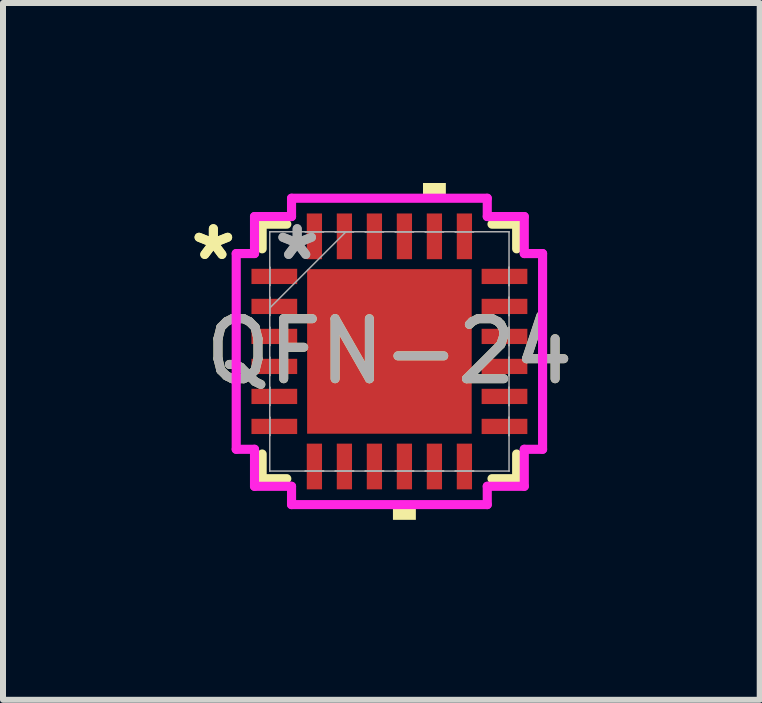
<source format=kicad_pcb>
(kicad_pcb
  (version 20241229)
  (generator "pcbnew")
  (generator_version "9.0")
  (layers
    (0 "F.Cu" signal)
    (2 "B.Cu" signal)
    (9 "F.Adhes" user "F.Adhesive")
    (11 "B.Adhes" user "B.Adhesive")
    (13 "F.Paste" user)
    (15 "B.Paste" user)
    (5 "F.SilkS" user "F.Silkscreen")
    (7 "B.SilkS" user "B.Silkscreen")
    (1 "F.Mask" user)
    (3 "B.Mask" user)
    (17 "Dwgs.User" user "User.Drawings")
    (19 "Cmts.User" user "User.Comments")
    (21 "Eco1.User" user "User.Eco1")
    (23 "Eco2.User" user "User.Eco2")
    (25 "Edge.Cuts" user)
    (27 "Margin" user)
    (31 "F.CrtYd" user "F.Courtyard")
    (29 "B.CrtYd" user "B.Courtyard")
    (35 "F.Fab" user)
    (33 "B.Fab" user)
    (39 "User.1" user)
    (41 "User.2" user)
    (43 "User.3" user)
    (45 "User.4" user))
  (footprint "QFN-24"
    (layer "F.Cu")
    (at 3.44 2.807)
    (property "Reference" "QFN-24" (at 0 0 0) (unlocked yes) (layer "F.SilkS") (effects (font (size 1 1) (thickness 0.15))))
    (attr smd)
    (fp_line (start -2.121 -2.121) (end -2.121 -1.71) (stroke (width 0.152) (type solid)) (layer "F.SilkS"))
    (fp_line (start -2.121 1.71) (end -2.121 2.121) (stroke (width 0.152) (type solid)) (layer "F.SilkS"))
    (fp_line (start -2.121 2.121) (end -1.71 2.121) (stroke (width 0.152) (type solid)) (layer "F.SilkS"))
    (fp_line (start -1.71 -2.121) (end -2.121 -2.121) (stroke (width 0.152) (type solid)) (layer "F.SilkS"))
    (fp_line (start 1.71 2.121) (end 2.121 2.121) (stroke (width 0.152) (type solid)) (layer "F.SilkS"))
    (fp_line (start 2.121 -2.121) (end 1.71 -2.121) (stroke (width 0.152) (type solid)) (layer "F.SilkS"))
    (fp_line (start 2.121 -1.71) (end 2.121 -2.121) (stroke (width 0.152) (type solid)) (layer "F.SilkS"))
    (fp_line (start 2.121 2.121) (end 2.121 1.71) (stroke (width 0.152) (type solid)) (layer "F.SilkS"))
    (fp_poly (pts (xy 0.059 2.553) (xy 0.059 2.807) (xy 0.441 2.807) (xy 0.441 2.553)) (stroke (width 0) (type solid)) (fill yes) (layer "F.SilkS"))
    (fp_poly (pts (xy 0.56 -2.553) (xy 0.56 -2.807) (xy 0.941 -2.807) (xy 0.941 -2.553)) (stroke (width 0) (type solid)) (fill yes) (layer "F.SilkS"))
    (fp_poly (pts (xy -1.272 -1.272) (xy -1.272 -0.1) (xy -0.1 -0.1) (xy -0.1 -1.272)) (stroke (width 0) (type solid)) (fill yes) (layer "F.Paste"))
    (fp_poly (pts (xy -1.272 0.1) (xy -1.272 1.272) (xy -0.1 1.272) (xy -0.1 0.1)) (stroke (width 0) (type solid)) (fill yes) (layer "F.Paste"))
    (fp_poly (pts (xy 0.1 -1.272) (xy 0.1 -0.1) (xy 1.272 -0.1) (xy 1.272 -1.272)) (stroke (width 0) (type solid)) (fill yes) (layer "F.Paste"))
    (fp_poly (pts (xy 0.1 0.1) (xy 0.1 1.272) (xy 1.272 1.272) (xy 1.272 0.1)) (stroke (width 0) (type solid)) (fill yes) (layer "F.Paste"))
    (fp_line (start -2.553 -1.631) (end -2.248 -1.631) (stroke (width 0.152) (type solid)) (layer "F.CrtYd"))
    (fp_line (start -2.553 1.631) (end -2.553 -1.631) (stroke (width 0.152) (type solid)) (layer "F.CrtYd"))
    (fp_line (start -2.248 -2.248) (end -1.631 -2.248) (stroke (width 0.152) (type solid)) (layer "F.CrtYd"))
    (fp_line (start -2.248 -1.631) (end -2.248 -2.248) (stroke (width 0.152) (type solid)) (layer "F.CrtYd"))
    (fp_line (start -2.248 1.631) (end -2.553 1.631) (stroke (width 0.152) (type solid)) (layer "F.CrtYd"))
    (fp_line (start -2.248 2.248) (end -2.248 1.631) (stroke (width 0.152) (type solid)) (layer "F.CrtYd"))
    (fp_line (start -1.631 -2.553) (end 1.631 -2.553) (stroke (width 0.152) (type solid)) (layer "F.CrtYd"))
    (fp_line (start -1.631 -2.248) (end -1.631 -2.553) (stroke (width 0.152) (type solid)) (layer "F.CrtYd"))
    (fp_line (start -1.631 2.248) (end -2.248 2.248) (stroke (width 0.152) (type solid)) (layer "F.CrtYd"))
    (fp_line (start -1.631 2.553) (end -1.631 2.248) (stroke (width 0.152) (type solid)) (layer "F.CrtYd"))
    (fp_line (start 1.631 -2.553) (end 1.631 -2.248) (stroke (width 0.152) (type solid)) (layer "F.CrtYd"))
    (fp_line (start 1.631 -2.248) (end 2.248 -2.248) (stroke (width 0.152) (type solid)) (layer "F.CrtYd"))
    (fp_line (start 1.631 2.248) (end 1.631 2.553) (stroke (width 0.152) (type solid)) (layer "F.CrtYd"))
    (fp_line (start 1.631 2.553) (end -1.631 2.553) (stroke (width 0.152) (type solid)) (layer "F.CrtYd"))
    (fp_line (start 2.248 -2.248) (end 2.248 -1.631) (stroke (width 0.152) (type solid)) (layer "F.CrtYd"))
    (fp_line (start 2.248 -1.631) (end 2.553 -1.631) (stroke (width 0.152) (type solid)) (layer "F.CrtYd"))
    (fp_line (start 2.248 1.631) (end 2.248 2.248) (stroke (width 0.152) (type solid)) (layer "F.CrtYd"))
    (fp_line (start 2.248 2.248) (end 1.631 2.248) (stroke (width 0.152) (type solid)) (layer "F.CrtYd"))
    (fp_line (start 2.553 -1.631) (end 2.553 1.631) (stroke (width 0.152) (type solid)) (layer "F.CrtYd"))
    (fp_line (start 2.553 1.631) (end 2.248 1.631) (stroke (width 0.152) (type solid)) (layer "F.CrtYd"))
    (fp_line (start -1.994 -1.994) (end -1.994 -1.994) (stroke (width 0.025) (type solid)) (layer "F.Fab"))
    (fp_line (start -1.994 -1.994) (end -1.994 1.994) (stroke (width 0.025) (type solid)) (layer "F.Fab"))
    (fp_line (start -1.994 -1.402) (end -1.994 -1.402) (stroke (width 0.025) (type solid)) (layer "F.Fab"))
    (fp_line (start -1.994 -1.402) (end -1.994 -1.098) (stroke (width 0.025) (type solid)) (layer "F.Fab"))
    (fp_line (start -1.994 -1.098) (end -1.994 -1.402) (stroke (width 0.025) (type solid)) (layer "F.Fab"))
    (fp_line (start -1.994 -1.098) (end -1.994 -1.098) (stroke (width 0.025) (type solid)) (layer "F.Fab"))
    (fp_line (start -1.994 -0.902) (end -1.994 -0.902) (stroke (width 0.025) (type solid)) (layer "F.Fab"))
    (fp_line (start -1.994 -0.902) (end -1.994 -0.598) (stroke (width 0.025) (type solid)) (layer "F.Fab"))
    (fp_line (start -1.994 -0.724) (end -0.724 -1.994) (stroke (width 0.025) (type solid)) (layer "F.Fab"))
    (fp_line (start -1.994 -0.598) (end -1.994 -0.902) (stroke (width 0.025) (type solid)) (layer "F.Fab"))
    (fp_line (start -1.994 -0.598) (end -1.994 -0.598) (stroke (width 0.025) (type solid)) (layer "F.Fab"))
    (fp_line (start -1.994 -0.402) (end -1.994 -0.402) (stroke (width 0.025) (type solid)) (layer "F.Fab"))
    (fp_line (start -1.994 -0.402) (end -1.994 -0.098) (stroke (width 0.025) (type solid)) (layer "F.Fab"))
    (fp_line (start -1.994 -0.098) (end -1.994 -0.402) (stroke (width 0.025) (type solid)) (layer "F.Fab"))
    (fp_line (start -1.994 -0.098) (end -1.994 -0.098) (stroke (width 0.025) (type solid)) (layer "F.Fab"))
    (fp_line (start -1.994 0.098) (end -1.994 0.098) (stroke (width 0.025) (type solid)) (layer "F.Fab"))
    (fp_line (start -1.994 0.098) (end -1.994 0.402) (stroke (width 0.025) (type solid)) (layer "F.Fab"))
    (fp_line (start -1.994 0.402) (end -1.994 0.098) (stroke (width 0.025) (type solid)) (layer "F.Fab"))
    (fp_line (start -1.994 0.402) (end -1.994 0.402) (stroke (width 0.025) (type solid)) (layer "F.Fab"))
    (fp_line (start -1.994 0.598) (end -1.994 0.598) (stroke (width 0.025) (type solid)) (layer "F.Fab"))
    (fp_line (start -1.994 0.598) (end -1.994 0.902) (stroke (width 0.025) (type solid)) (layer "F.Fab"))
    (fp_line (start -1.994 0.902) (end -1.994 0.598) (stroke (width 0.025) (type solid)) (layer "F.Fab"))
    (fp_line (start -1.994 0.902) (end -1.994 0.902) (stroke (width 0.025) (type solid)) (layer "F.Fab"))
    (fp_line (start -1.994 1.098) (end -1.994 1.098) (stroke (width 0.025) (type solid)) (layer "F.Fab"))
    (fp_line (start -1.994 1.098) (end -1.994 1.402) (stroke (width 0.025) (type solid)) (layer "F.Fab"))
    (fp_line (start -1.994 1.402) (end -1.994 1.098) (stroke (width 0.025) (type solid)) (layer "F.Fab"))
    (fp_line (start -1.994 1.402) (end -1.994 1.402) (stroke (width 0.025) (type solid)) (layer "F.Fab"))
    (fp_line (start -1.994 1.994) (end -1.994 1.994) (stroke (width 0.025) (type solid)) (layer "F.Fab"))
    (fp_line (start -1.994 1.994) (end 1.994 1.994) (stroke (width 0.025) (type solid)) (layer "F.Fab"))
    (fp_line (start -1.402 -1.994) (end -1.402 -1.994) (stroke (width 0.025) (type solid)) (layer "F.Fab"))
    (fp_line (start -1.402 -1.994) (end -1.098 -1.994) (stroke (width 0.025) (type solid)) (layer "F.Fab"))
    (fp_line (start -1.402 1.994) (end -1.402 1.994) (stroke (width 0.025) (type solid)) (layer "F.Fab"))
    (fp_line (start -1.402 1.994) (end -1.098 1.994) (stroke (width 0.025) (type solid)) (layer "F.Fab"))
    (fp_line (start -1.098 -1.994) (end -1.402 -1.994) (stroke (width 0.025) (type solid)) (layer "F.Fab"))
    (fp_line (start -1.098 -1.994) (end -1.098 -1.994) (stroke (width 0.025) (type solid)) (layer "F.Fab"))
    (fp_line (start -1.098 1.994) (end -1.402 1.994) (stroke (width 0.025) (type solid)) (layer "F.Fab"))
    (fp_line (start -1.098 1.994) (end -1.098 1.994) (stroke (width 0.025) (type solid)) (layer "F.Fab"))
    (fp_line (start -0.902 -1.994) (end -0.902 -1.994) (stroke (width 0.025) (type solid)) (layer "F.Fab"))
    (fp_line (start -0.902 -1.994) (end -0.598 -1.994) (stroke (width 0.025) (type solid)) (layer "F.Fab"))
    (fp_line (start -0.902 1.994) (end -0.902 1.994) (stroke (width 0.025) (type solid)) (layer "F.Fab"))
    (fp_line (start -0.902 1.994) (end -0.598 1.994) (stroke (width 0.025) (type solid)) (layer "F.Fab"))
    (fp_line (start -0.598 -1.994) (end -0.902 -1.994) (stroke (width 0.025) (type solid)) (layer "F.Fab"))
    (fp_line (start -0.598 -1.994) (end -0.598 -1.994) (stroke (width 0.025) (type solid)) (layer "F.Fab"))
    (fp_line (start -0.598 1.994) (end -0.902 1.994) (stroke (width 0.025) (type solid)) (layer "F.Fab"))
    (fp_line (start -0.598 1.994) (end -0.598 1.994) (stroke (width 0.025) (type solid)) (layer "F.Fab"))
    (fp_line (start -0.402 -1.994) (end -0.402 -1.994) (stroke (width 0.025) (type solid)) (layer "F.Fab"))
    (fp_line (start -0.402 -1.994) (end -0.098 -1.994) (stroke (width 0.025) (type solid)) (layer "F.Fab"))
    (fp_line (start -0.402 1.994) (end -0.402 1.994) (stroke (width 0.025) (type solid)) (layer "F.Fab"))
    (fp_line (start -0.402 1.994) (end -0.098 1.994) (stroke (width 0.025) (type solid)) (layer "F.Fab"))
    (fp_line (start -0.098 -1.994) (end -0.402 -1.994) (stroke (width 0.025) (type solid)) (layer "F.Fab"))
    (fp_line (start -0.098 -1.994) (end -0.098 -1.994) (stroke (width 0.025) (type solid)) (layer "F.Fab"))
    (fp_line (start -0.098 1.994) (end -0.402 1.994) (stroke (width 0.025) (type solid)) (layer "F.Fab"))
    (fp_line (start -0.098 1.994) (end -0.098 1.994) (stroke (width 0.025) (type solid)) (layer "F.Fab"))
    (fp_line (start 0.098 -1.994) (end 0.098 -1.994) (stroke (width 0.025) (type solid)) (layer "F.Fab"))
    (fp_line (start 0.098 -1.994) (end 0.402 -1.994) (stroke (width 0.025) (type solid)) (layer "F.Fab"))
    (fp_line (start 0.098 1.994) (end 0.098 1.994) (stroke (width 0.025) (type solid)) (layer "F.Fab"))
    (fp_line (start 0.098 1.994) (end 0.402 1.994) (stroke (width 0.025) (type solid)) (layer "F.Fab"))
    (fp_line (start 0.402 -1.994) (end 0.098 -1.994) (stroke (width 0.025) (type solid)) (layer "F.Fab"))
    (fp_line (start 0.402 -1.994) (end 0.402 -1.994) (stroke (width 0.025) (type solid)) (layer "F.Fab"))
    (fp_line (start 0.402 1.994) (end 0.098 1.994) (stroke (width 0.025) (type solid)) (layer "F.Fab"))
    (fp_line (start 0.402 1.994) (end 0.402 1.994) (stroke (width 0.025) (type solid)) (layer "F.Fab"))
    (fp_line (start 0.598 -1.994) (end 0.598 -1.994) (stroke (width 0.025) (type solid)) (layer "F.Fab"))
    (fp_line (start 0.598 -1.994) (end 0.902 -1.994) (stroke (width 0.025) (type solid)) (layer "F.Fab"))
    (fp_line (start 0.598 1.994) (end 0.598 1.994) (stroke (width 0.025) (type solid)) (layer "F.Fab"))
    (fp_line (start 0.598 1.994) (end 0.902 1.994) (stroke (width 0.025) (type solid)) (layer "F.Fab"))
    (fp_line (start 0.902 -1.994) (end 0.598 -1.994) (stroke (width 0.025) (type solid)) (layer "F.Fab"))
    (fp_line (start 0.902 -1.994) (end 0.902 -1.994) (stroke (width 0.025) (type solid)) (layer "F.Fab"))
    (fp_line (start 0.902 1.994) (end 0.598 1.994) (stroke (width 0.025) (type solid)) (layer "F.Fab"))
    (fp_line (start 0.902 1.994) (end 0.902 1.994) (stroke (width 0.025) (type solid)) (layer "F.Fab"))
    (fp_line (start 1.098 -1.994) (end 1.098 -1.994) (stroke (width 0.025) (type solid)) (layer "F.Fab"))
    (fp_line (start 1.098 -1.994) (end 1.402 -1.994) (stroke (width 0.025) (type solid)) (layer "F.Fab"))
    (fp_line (start 1.098 1.994) (end 1.098 1.994) (stroke (width 0.025) (type solid)) (layer "F.Fab"))
    (fp_line (start 1.098 1.994) (end 1.402 1.994) (stroke (width 0.025) (type solid)) (layer "F.Fab"))
    (fp_line (start 1.402 -1.994) (end 1.098 -1.994) (stroke (width 0.025) (type solid)) (layer "F.Fab"))
    (fp_line (start 1.402 -1.994) (end 1.402 -1.994) (stroke (width 0.025) (type solid)) (layer "F.Fab"))
    (fp_line (start 1.402 1.994) (end 1.098 1.994) (stroke (width 0.025) (type solid)) (layer "F.Fab"))
    (fp_line (start 1.402 1.994) (end 1.402 1.994) (stroke (width 0.025) (type solid)) (layer "F.Fab"))
    (fp_line (start 1.994 -1.994) (end -1.994 -1.994) (stroke (width 0.025) (type solid)) (layer "F.Fab"))
    (fp_line (start 1.994 -1.994) (end 1.994 -1.994) (stroke (width 0.025) (type solid)) (layer "F.Fab"))
    (fp_line (start 1.994 -1.402) (end 1.994 -1.402) (stroke (width 0.025) (type solid)) (layer "F.Fab"))
    (fp_line (start 1.994 -1.402) (end 1.994 -1.098) (stroke (width 0.025) (type solid)) (layer "F.Fab"))
    (fp_line (start 1.994 -1.098) (end 1.994 -1.402) (stroke (width 0.025) (type solid)) (layer "F.Fab"))
    (fp_line (start 1.994 -1.098) (end 1.994 -1.098) (stroke (width 0.025) (type solid)) (layer "F.Fab"))
    (fp_line (start 1.994 -0.902) (end 1.994 -0.902) (stroke (width 0.025) (type solid)) (layer "F.Fab"))
    (fp_line (start 1.994 -0.902) (end 1.994 -0.598) (stroke (width 0.025) (type solid)) (layer "F.Fab"))
    (fp_line (start 1.994 -0.598) (end 1.994 -0.902) (stroke (width 0.025) (type solid)) (layer "F.Fab"))
    (fp_line (start 1.994 -0.598) (end 1.994 -0.598) (stroke (width 0.025) (type solid)) (layer "F.Fab"))
    (fp_line (start 1.994 -0.402) (end 1.994 -0.402) (stroke (width 0.025) (type solid)) (layer "F.Fab"))
    (fp_line (start 1.994 -0.402) (end 1.994 -0.098) (stroke (width 0.025) (type solid)) (layer "F.Fab"))
    (fp_line (start 1.994 -0.098) (end 1.994 -0.402) (stroke (width 0.025) (type solid)) (layer "F.Fab"))
    (fp_line (start 1.994 -0.098) (end 1.994 -0.098) (stroke (width 0.025) (type solid)) (layer "F.Fab"))
    (fp_line (start 1.994 0.098) (end 1.994 0.098) (stroke (width 0.025) (type solid)) (layer "F.Fab"))
    (fp_line (start 1.994 0.098) (end 1.994 0.402) (stroke (width 0.025) (type solid)) (layer "F.Fab"))
    (fp_line (start 1.994 0.402) (end 1.994 0.098) (stroke (width 0.025) (type solid)) (layer "F.Fab"))
    (fp_line (start 1.994 0.402) (end 1.994 0.402) (stroke (width 0.025) (type solid)) (layer "F.Fab"))
    (fp_line (start 1.994 0.598) (end 1.994 0.598) (stroke (width 0.025) (type solid)) (layer "F.Fab"))
    (fp_line (start 1.994 0.598) (end 1.994 0.902) (stroke (width 0.025) (type solid)) (layer "F.Fab"))
    (fp_line (start 1.994 0.902) (end 1.994 0.598) (stroke (width 0.025) (type solid)) (layer "F.Fab"))
    (fp_line (start 1.994 0.902) (end 1.994 0.902) (stroke (width 0.025) (type solid)) (layer "F.Fab"))
    (fp_line (start 1.994 1.098) (end 1.994 1.098) (stroke (width 0.025) (type solid)) (layer "F.Fab"))
    (fp_line (start 1.994 1.098) (end 1.994 1.402) (stroke (width 0.025) (type solid)) (layer "F.Fab"))
    (fp_line (start 1.994 1.402) (end 1.994 1.098) (stroke (width 0.025) (type solid)) (layer "F.Fab"))
    (fp_line (start 1.994 1.402) (end 1.994 1.402) (stroke (width 0.025) (type solid)) (layer "F.Fab"))
    (fp_line (start 1.994 1.994) (end 1.994 -1.994) (stroke (width 0.025) (type solid)) (layer "F.Fab"))
    (fp_line (start 1.994 1.994) (end 1.994 1.994) (stroke (width 0.025) (type solid)) (layer "F.Fab"))
    (fp_text user "*" (at -2.934 -1.5 0) (layer "F.SilkS") (effects (font (size 1 1) (thickness 0.15))))
    (fp_text user "*" (at -2.934 -1.5 0) (unlocked yes) (layer "F.SilkS") (effects (font (size 1 1) (thickness 0.15))))
    (fp_text user "*" (at -1.537 -1.5 0) (unlocked yes) (layer "F.Fab") (effects (font (size 1 1) (thickness 0.15))))
    (fp_text user "${REFERENCE}" (at 0 0 0) (unlocked yes) (layer "F.Fab") (effects (font (size 1 1) (thickness 0.15))))
    (fp_text user "*" (at -1.537 -1.5 0) (layer "F.Fab") (effects (font (size 1 1) (thickness 0.15))))
    (pad "1" smd rect (at -1.918 -1.25 90) (size 0.254 0.762) (layers "F.Cu" "F.Mask" "F.Paste"))
    (pad "2" smd rect (at -1.918 -0.75 90) (size 0.254 0.762) (layers "F.Cu" "F.Mask" "F.Paste"))
    (pad "3" smd rect (at -1.918 -0.25 90) (size 0.254 0.762) (layers "F.Cu" "F.Mask" "F.Paste"))
    (pad "4" smd rect (at -1.918 0.25 90) (size 0.254 0.762) (layers "F.Cu" "F.Mask" "F.Paste"))
    (pad "5" smd rect (at -1.918 0.75 90) (size 0.254 0.762) (layers "F.Cu" "F.Mask" "F.Paste"))
    (pad "6" smd rect (at -1.918 1.25 90) (size 0.254 0.762) (layers "F.Cu" "F.Mask" "F.Paste"))
    (pad "7" smd rect (at -1.25 1.918) (size 0.254 0.762) (layers "F.Cu" "F.Mask" "F.Paste"))
    (pad "8" smd rect (at -0.75 1.918) (size 0.254 0.762) (layers "F.Cu" "F.Mask" "F.Paste"))
    (pad "9" smd rect (at -0.25 1.918) (size 0.254 0.762) (layers "F.Cu" "F.Mask" "F.Paste"))
    (pad "10" smd rect (at 0.25 1.918) (size 0.254 0.762) (layers "F.Cu" "F.Mask" "F.Paste"))
    (pad "11" smd rect (at 0.75 1.918) (size 0.254 0.762) (layers "F.Cu" "F.Mask" "F.Paste"))
    (pad "12" smd rect (at 1.25 1.918) (size 0.254 0.762) (layers "F.Cu" "F.Mask" "F.Paste"))
    (pad "13" smd rect (at 1.918 1.25 90) (size 0.254 0.762) (layers "F.Cu" "F.Mask" "F.Paste"))
    (pad "14" smd rect (at 1.918 0.75 90) (size 0.254 0.762) (layers "F.Cu" "F.Mask" "F.Paste"))
    (pad "15" smd rect (at 1.918 0.25 90) (size 0.254 0.762) (layers "F.Cu" "F.Mask" "F.Paste"))
    (pad "16" smd rect (at 1.918 -0.25 90) (size 0.254 0.762) (layers "F.Cu" "F.Mask" "F.Paste"))
    (pad "17" smd rect (at 1.918 -0.75 90) (size 0.254 0.762) (layers "F.Cu" "F.Mask" "F.Paste"))
    (pad "18" smd rect (at 1.918 -1.25 90) (size 0.254 0.762) (layers "F.Cu" "F.Mask" "F.Paste"))
    (pad "19" smd rect (at 1.25 -1.918) (size 0.254 0.762) (layers "F.Cu" "F.Mask" "F.Paste"))
    (pad "20" smd rect (at 0.75 -1.918) (size 0.254 0.762) (layers "F.Cu" "F.Mask" "F.Paste"))
    (pad "21" smd rect (at 0.25 -1.918) (size 0.254 0.762) (layers "F.Cu" "F.Mask" "F.Paste"))
    (pad "22" smd rect (at -0.25 -1.918) (size 0.254 0.762) (layers "F.Cu" "F.Mask" "F.Paste"))
    (pad "23" smd rect (at -0.75 -1.918) (size 0.254 0.762) (layers "F.Cu" "F.Mask" "F.Paste"))
    (pad "24" smd rect (at -1.25 -1.918) (size 0.254 0.762) (layers "F.Cu" "F.Mask" "F.Paste"))
    (pad "25" smd rect (at 0 0) (size 2.743 2.743) (layers "F.Cu" "F.Mask" "F.Paste")))
  (gr_rect
    (start -3 -3)
    (end 9.612 8.613)
    (stroke (width 0.1) (type default))
    (fill no)
    (layer "Edge.Cuts")))
</source>
